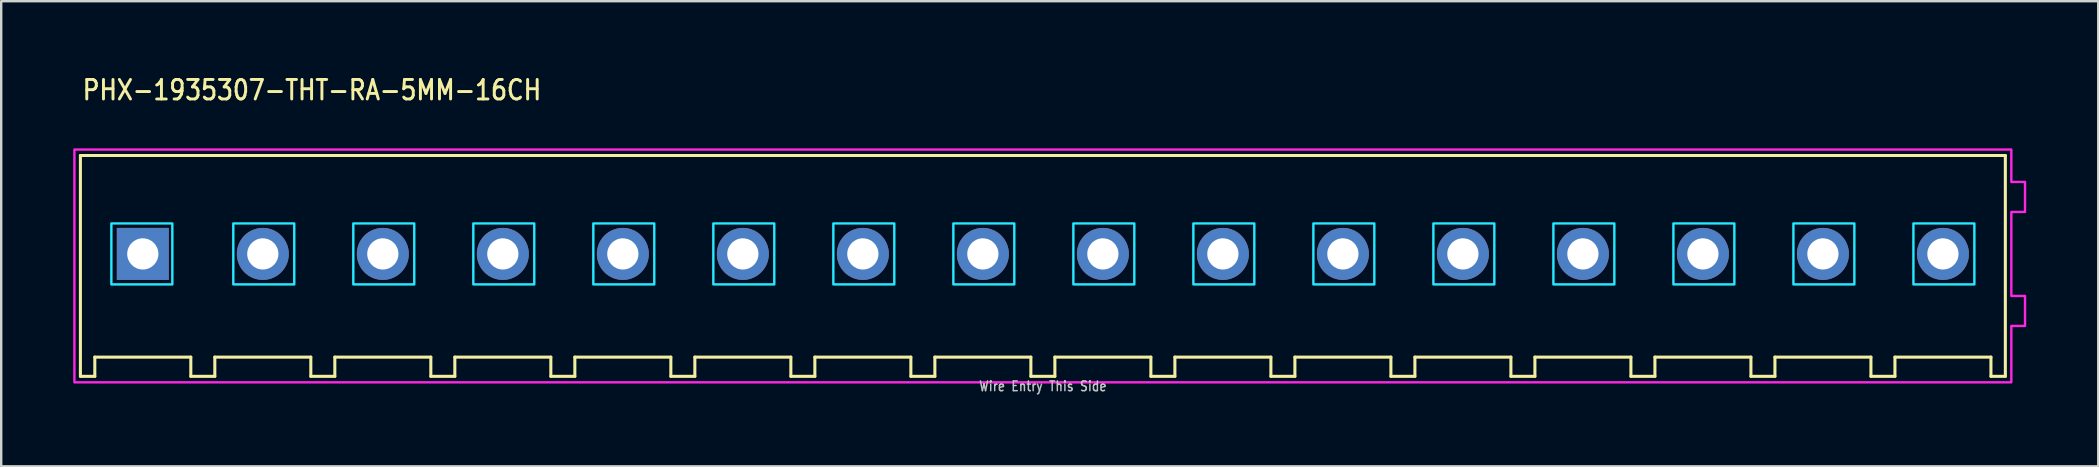
<source format=kicad_pcb>
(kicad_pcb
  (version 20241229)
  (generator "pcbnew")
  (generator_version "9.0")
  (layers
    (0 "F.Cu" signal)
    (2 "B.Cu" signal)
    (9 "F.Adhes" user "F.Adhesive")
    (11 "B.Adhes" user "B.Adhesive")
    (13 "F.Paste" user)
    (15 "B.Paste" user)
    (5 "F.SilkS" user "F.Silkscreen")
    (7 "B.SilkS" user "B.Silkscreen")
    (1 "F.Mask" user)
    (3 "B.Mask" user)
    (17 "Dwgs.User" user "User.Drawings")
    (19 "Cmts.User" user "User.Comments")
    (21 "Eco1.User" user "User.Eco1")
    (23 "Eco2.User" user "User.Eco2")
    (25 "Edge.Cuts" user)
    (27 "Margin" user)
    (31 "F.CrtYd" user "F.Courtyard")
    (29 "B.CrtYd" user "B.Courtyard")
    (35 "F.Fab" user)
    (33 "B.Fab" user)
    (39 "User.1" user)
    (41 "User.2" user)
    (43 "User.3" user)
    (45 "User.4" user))
  (footprint "PHX-1935307-THT-RA-5MM-16CH"
    (layer "F.Cu")
    (at 40.4 7.529)
    (property "Reference" "PHX-1935307-THT-RA-5MM-16CH" (at -40.08 -6.35 0) (unlocked yes) (layer "F.SilkS") (effects (font (size 0.813 0.695) (thickness 0.122)) (justify left bottom)))
    (fp_line (start -40.1 -4.1) (end -40.1 5.1) (stroke (width 0.127) (type solid)) (layer "F.SilkS"))
    (fp_line (start -40.1 5.1) (end -39.5 5.1) (stroke (width 0.127) (type solid)) (layer "F.SilkS"))
    (fp_line (start -39.5 4.3) (end -35.5 4.3) (stroke (width 0.127) (type solid)) (layer "F.SilkS"))
    (fp_line (start -39.5 5.1) (end -39.5 4.3) (stroke (width 0.127) (type solid)) (layer "F.SilkS"))
    (fp_line (start -35.5 4.3) (end -35.5 5.1) (stroke (width 0.127) (type solid)) (layer "F.SilkS"))
    (fp_line (start -35.5 5.1) (end -34.5 5.1) (stroke (width 0.127) (type solid)) (layer "F.SilkS"))
    (fp_line (start -34.5 4.3) (end -30.5 4.3) (stroke (width 0.127) (type solid)) (layer "F.SilkS"))
    (fp_line (start -34.5 5.1) (end -34.5 4.3) (stroke (width 0.127) (type solid)) (layer "F.SilkS"))
    (fp_line (start -30.5 4.3) (end -30.5 5.1) (stroke (width 0.127) (type solid)) (layer "F.SilkS"))
    (fp_line (start -30.5 5.1) (end -29.5 5.1) (stroke (width 0.127) (type solid)) (layer "F.SilkS"))
    (fp_line (start -29.5 4.3) (end -25.5 4.3) (stroke (width 0.127) (type solid)) (layer "F.SilkS"))
    (fp_line (start -29.5 5.1) (end -29.5 4.3) (stroke (width 0.127) (type solid)) (layer "F.SilkS"))
    (fp_line (start -25.5 4.3) (end -25.5 5.1) (stroke (width 0.127) (type solid)) (layer "F.SilkS"))
    (fp_line (start -25.5 5.1) (end -24.5 5.1) (stroke (width 0.127) (type solid)) (layer "F.SilkS"))
    (fp_line (start -24.5 4.3) (end -20.5 4.3) (stroke (width 0.127) (type solid)) (layer "F.SilkS"))
    (fp_line (start -24.5 5.1) (end -24.5 4.3) (stroke (width 0.127) (type solid)) (layer "F.SilkS"))
    (fp_line (start -20.5 4.3) (end -20.5 5.1) (stroke (width 0.127) (type solid)) (layer "F.SilkS"))
    (fp_line (start -20.5 5.1) (end -19.5 5.1) (stroke (width 0.127) (type solid)) (layer "F.SilkS"))
    (fp_line (start -19.5 4.3) (end -15.5 4.3) (stroke (width 0.127) (type solid)) (layer "F.SilkS"))
    (fp_line (start -19.5 5.1) (end -19.5 4.3) (stroke (width 0.127) (type solid)) (layer "F.SilkS"))
    (fp_line (start -15.5 4.3) (end -15.5 5.1) (stroke (width 0.127) (type solid)) (layer "F.SilkS"))
    (fp_line (start -15.5 5.1) (end -14.5 5.1) (stroke (width 0.127) (type solid)) (layer "F.SilkS"))
    (fp_line (start -14.5 4.3) (end -10.5 4.3) (stroke (width 0.127) (type solid)) (layer "F.SilkS"))
    (fp_line (start -14.5 5.1) (end -14.5 4.3) (stroke (width 0.127) (type solid)) (layer "F.SilkS"))
    (fp_line (start -10.5 4.3) (end -10.5 5.1) (stroke (width 0.127) (type solid)) (layer "F.SilkS"))
    (fp_line (start -10.5 5.1) (end -9.5 5.1) (stroke (width 0.127) (type solid)) (layer "F.SilkS"))
    (fp_line (start -9.5 4.3) (end -5.5 4.3) (stroke (width 0.127) (type solid)) (layer "F.SilkS"))
    (fp_line (start -9.5 5.1) (end -9.5 4.3) (stroke (width 0.127) (type solid)) (layer "F.SilkS"))
    (fp_line (start -5.5 4.3) (end -5.5 5.1) (stroke (width 0.127) (type solid)) (layer "F.SilkS"))
    (fp_line (start -5.5 5.1) (end -4.5 5.1) (stroke (width 0.127) (type solid)) (layer "F.SilkS"))
    (fp_line (start -4.5 4.3) (end -0.5 4.3) (stroke (width 0.127) (type solid)) (layer "F.SilkS"))
    (fp_line (start -4.5 5.1) (end -4.5 4.3) (stroke (width 0.127) (type solid)) (layer "F.SilkS"))
    (fp_line (start -0.5 4.3) (end -0.5 5.1) (stroke (width 0.127) (type solid)) (layer "F.SilkS"))
    (fp_line (start -0.5 5.1) (end 0.5 5.1) (stroke (width 0.127) (type solid)) (layer "F.SilkS"))
    (fp_line (start 0.5 4.3) (end 4.5 4.3) (stroke (width 0.127) (type solid)) (layer "F.SilkS"))
    (fp_line (start 0.5 5.1) (end 0.5 4.3) (stroke (width 0.127) (type solid)) (layer "F.SilkS"))
    (fp_line (start 4.5 4.3) (end 4.5 5.1) (stroke (width 0.127) (type solid)) (layer "F.SilkS"))
    (fp_line (start 4.5 5.1) (end 5.5 5.1) (stroke (width 0.127) (type solid)) (layer "F.SilkS"))
    (fp_line (start 5.5 4.3) (end 9.5 4.3) (stroke (width 0.127) (type solid)) (layer "F.SilkS"))
    (fp_line (start 5.5 5.1) (end 5.5 4.3) (stroke (width 0.127) (type solid)) (layer "F.SilkS"))
    (fp_line (start 9.5 4.3) (end 9.5 5.1) (stroke (width 0.127) (type solid)) (layer "F.SilkS"))
    (fp_line (start 9.5 5.1) (end 10.5 5.1) (stroke (width 0.127) (type solid)) (layer "F.SilkS"))
    (fp_line (start 10.5 4.3) (end 14.5 4.3) (stroke (width 0.127) (type solid)) (layer "F.SilkS"))
    (fp_line (start 10.5 5.1) (end 10.5 4.3) (stroke (width 0.127) (type solid)) (layer "F.SilkS"))
    (fp_line (start 14.5 4.3) (end 14.5 5.1) (stroke (width 0.127) (type solid)) (layer "F.SilkS"))
    (fp_line (start 14.5 5.1) (end 15.5 5.1) (stroke (width 0.127) (type solid)) (layer "F.SilkS"))
    (fp_line (start 15.5 4.3) (end 19.5 4.3) (stroke (width 0.127) (type solid)) (layer "F.SilkS"))
    (fp_line (start 15.5 5.1) (end 15.5 4.3) (stroke (width 0.127) (type solid)) (layer "F.SilkS"))
    (fp_line (start 19.5 4.3) (end 19.5 5.1) (stroke (width 0.127) (type solid)) (layer "F.SilkS"))
    (fp_line (start 19.5 5.1) (end 20.5 5.1) (stroke (width 0.127) (type solid)) (layer "F.SilkS"))
    (fp_line (start 20.5 4.3) (end 24.5 4.3) (stroke (width 0.127) (type solid)) (layer "F.SilkS"))
    (fp_line (start 20.5 5.1) (end 20.5 4.3) (stroke (width 0.127) (type solid)) (layer "F.SilkS"))
    (fp_line (start 24.5 4.3) (end 24.5 5.1) (stroke (width 0.127) (type solid)) (layer "F.SilkS"))
    (fp_line (start 24.5 5.1) (end 25.5 5.1) (stroke (width 0.127) (type solid)) (layer "F.SilkS"))
    (fp_line (start 25.5 4.3) (end 29.5 4.3) (stroke (width 0.127) (type solid)) (layer "F.SilkS"))
    (fp_line (start 25.5 5.1) (end 25.5 4.3) (stroke (width 0.127) (type solid)) (layer "F.SilkS"))
    (fp_line (start 29.5 4.3) (end 29.5 5.1) (stroke (width 0.127) (type solid)) (layer "F.SilkS"))
    (fp_line (start 29.5 5.1) (end 30.5 5.1) (stroke (width 0.127) (type solid)) (layer "F.SilkS"))
    (fp_line (start 30.5 4.3) (end 34.5 4.3) (stroke (width 0.127) (type solid)) (layer "F.SilkS"))
    (fp_line (start 30.5 5.1) (end 30.5 4.3) (stroke (width 0.127) (type solid)) (layer "F.SilkS"))
    (fp_line (start 34.5 4.3) (end 34.5 5.1) (stroke (width 0.127) (type solid)) (layer "F.SilkS"))
    (fp_line (start 34.5 5.1) (end 35.5 5.1) (stroke (width 0.127) (type solid)) (layer "F.SilkS"))
    (fp_line (start 35.5 4.3) (end 39.5 4.3) (stroke (width 0.127) (type solid)) (layer "F.SilkS"))
    (fp_line (start 35.5 5.1) (end 35.5 4.3) (stroke (width 0.127) (type solid)) (layer "F.SilkS"))
    (fp_line (start 39.5 4.3) (end 39.5 5.1) (stroke (width 0.127) (type solid)) (layer "F.SilkS"))
    (fp_line (start 39.5 5.1) (end 40.1 5.1) (stroke (width 0.127) (type solid)) (layer "F.SilkS"))
    (fp_line (start 40.1 -4.1) (end -40.1 -4.1) (stroke (width 0.127) (type solid)) (layer "F.SilkS"))
    (fp_line (start 40.1 5.1) (end 40.1 -4.1) (stroke (width 0.127) (type solid)) (layer "F.SilkS"))
    (fp_poly (pts (xy -38.81 -1.27) (xy -36.27 -1.27) (xy -36.27 1.27) (xy -38.81 1.27)) (stroke (width 0.1) (type solid)) (fill no) (layer "B.CrtYd"))
    (fp_poly (pts (xy -33.73 -1.27) (xy -31.19 -1.27) (xy -31.19 1.27) (xy -33.73 1.27)) (stroke (width 0.1) (type solid)) (fill no) (layer "B.CrtYd"))
    (fp_poly (pts (xy -28.73 -1.27) (xy -26.19 -1.27) (xy -26.19 1.27) (xy -28.73 1.27)) (stroke (width 0.1) (type solid)) (fill no) (layer "B.CrtYd"))
    (fp_poly (pts (xy -23.73 -1.27) (xy -21.19 -1.27) (xy -21.19 1.27) (xy -23.73 1.27)) (stroke (width 0.1) (type solid)) (fill no) (layer "B.CrtYd"))
    (fp_poly (pts (xy -18.73 -1.27) (xy -16.19 -1.27) (xy -16.19 1.27) (xy -18.73 1.27)) (stroke (width 0.1) (type solid)) (fill no) (layer "B.CrtYd"))
    (fp_poly (pts (xy -13.73 -1.27) (xy -11.19 -1.27) (xy -11.19 1.27) (xy -13.73 1.27)) (stroke (width 0.1) (type solid)) (fill no) (layer "B.CrtYd"))
    (fp_poly (pts (xy -8.73 -1.27) (xy -6.19 -1.27) (xy -6.19 1.27) (xy -8.73 1.27)) (stroke (width 0.1) (type solid)) (fill no) (layer "B.CrtYd"))
    (fp_poly (pts (xy -3.73 -1.27) (xy -1.19 -1.27) (xy -1.19 1.27) (xy -3.73 1.27)) (stroke (width 0.1) (type solid)) (fill no) (layer "B.CrtYd"))
    (fp_poly (pts (xy 1.27 -1.27) (xy 3.81 -1.27) (xy 3.81 1.27) (xy 1.27 1.27)) (stroke (width 0.1) (type solid)) (fill no) (layer "B.CrtYd"))
    (fp_poly (pts (xy 6.27 -1.27) (xy 8.81 -1.27) (xy 8.81 1.27) (xy 6.27 1.27)) (stroke (width 0.1) (type solid)) (fill no) (layer "B.CrtYd"))
    (fp_poly (pts (xy 11.27 -1.27) (xy 13.81 -1.27) (xy 13.81 1.27) (xy 11.27 1.27)) (stroke (width 0.1) (type solid)) (fill no) (layer "B.CrtYd"))
    (fp_poly (pts (xy 16.27 -1.27) (xy 18.81 -1.27) (xy 18.81 1.27) (xy 16.27 1.27)) (stroke (width 0.1) (type solid)) (fill no) (layer "B.CrtYd"))
    (fp_poly (pts (xy 21.27 -1.27) (xy 23.81 -1.27) (xy 23.81 1.27) (xy 21.27 1.27)) (stroke (width 0.1) (type solid)) (fill no) (layer "B.CrtYd"))
    (fp_poly (pts (xy 26.27 -1.27) (xy 28.81 -1.27) (xy 28.81 1.27) (xy 26.27 1.27)) (stroke (width 0.1) (type solid)) (fill no) (layer "B.CrtYd"))
    (fp_poly (pts (xy 31.27 -1.27) (xy 33.81 -1.27) (xy 33.81 1.27) (xy 31.27 1.27)) (stroke (width 0.1) (type solid)) (fill no) (layer "B.CrtYd"))
    (fp_poly (pts (xy 36.27 -1.27) (xy 38.81 -1.27) (xy 38.81 1.27) (xy 36.27 1.27)) (stroke (width 0.1) (type solid)) (fill no) (layer "B.CrtYd"))
    (fp_poly (pts (xy -40.35 -4.35) (xy -40.35 5.35) (xy 40.35 5.35) (xy 40.35 3) (xy 40.92 3) (xy 40.92 1.75) (xy 40.35 1.75) (xy 40.35 -1.75) (xy 40.92 -1.75) (xy 40.92 -3) (xy 40.35 -3) (xy 40.35 -4.35)) (stroke (width 0.1) (type solid)) (fill no) (layer "F.CrtYd"))
    (fp_text user "Wire Entry This Side" (at 0 5.75 0) (unlocked yes) (layer "Dwgs.User") (effects (font (size 0.406 0.347) (thickness 0.061)) (justify bottom)))
    (pad "1" thru_hole rect (at -37.5 0) (size 2.167 2.167) (drill 1.3) (layers "*.Cu" "*.Mask"))
    (pad "2" thru_hole oval (at -32.5 0) (size 2.167 2.167) (drill 1.3) (layers "*.Cu" "*.Mask"))
    (pad "3" thru_hole oval (at -27.5 0) (size 2.167 2.167) (drill 1.3) (layers "*.Cu" "*.Mask"))
    (pad "4" thru_hole oval (at -22.5 0) (size 2.167 2.167) (drill 1.3) (layers "*.Cu" "*.Mask"))
    (pad "5" thru_hole oval (at -17.5 0) (size 2.167 2.167) (drill 1.3) (layers "*.Cu" "*.Mask"))
    (pad "6" thru_hole oval (at -12.5 0) (size 2.167 2.167) (drill 1.3) (layers "*.Cu" "*.Mask"))
    (pad "7" thru_hole oval (at -7.5 0) (size 2.167 2.167) (drill 1.3) (layers "*.Cu" "*.Mask"))
    (pad "8" thru_hole oval (at -2.5 0) (size 2.167 2.167) (drill 1.3) (layers "*.Cu" "*.Mask"))
    (pad "9" thru_hole oval (at 2.5 0) (size 2.167 2.167) (drill 1.3) (layers "*.Cu" "*.Mask"))
    (pad "10" thru_hole oval (at 7.5 0) (size 2.167 2.167) (drill 1.3) (layers "*.Cu" "*.Mask"))
    (pad "11" thru_hole oval (at 12.5 0) (size 2.167 2.167) (drill 1.3) (layers "*.Cu" "*.Mask"))
    (pad "12" thru_hole oval (at 17.5 0) (size 2.167 2.167) (drill 1.3) (layers "*.Cu" "*.Mask"))
    (pad "13" thru_hole oval (at 22.5 0) (size 2.167 2.167) (drill 1.3) (layers "*.Cu" "*.Mask"))
    (pad "14" thru_hole oval (at 27.5 0) (size 2.167 2.167) (drill 1.3) (layers "*.Cu" "*.Mask"))
    (pad "15" thru_hole oval (at 32.5 0) (size 2.167 2.167) (drill 1.3) (layers "*.Cu" "*.Mask"))
    (pad "16" thru_hole oval (at 37.5 0) (size 2.167 2.167) (drill 1.3) (layers "*.Cu" "*.Mask")))
  (gr_rect
    (start -3 -3)
    (end 84.37 16.379)
    (stroke (width 0.1) (type default))
    (fill no)
    (layer "Edge.Cuts")))
</source>
